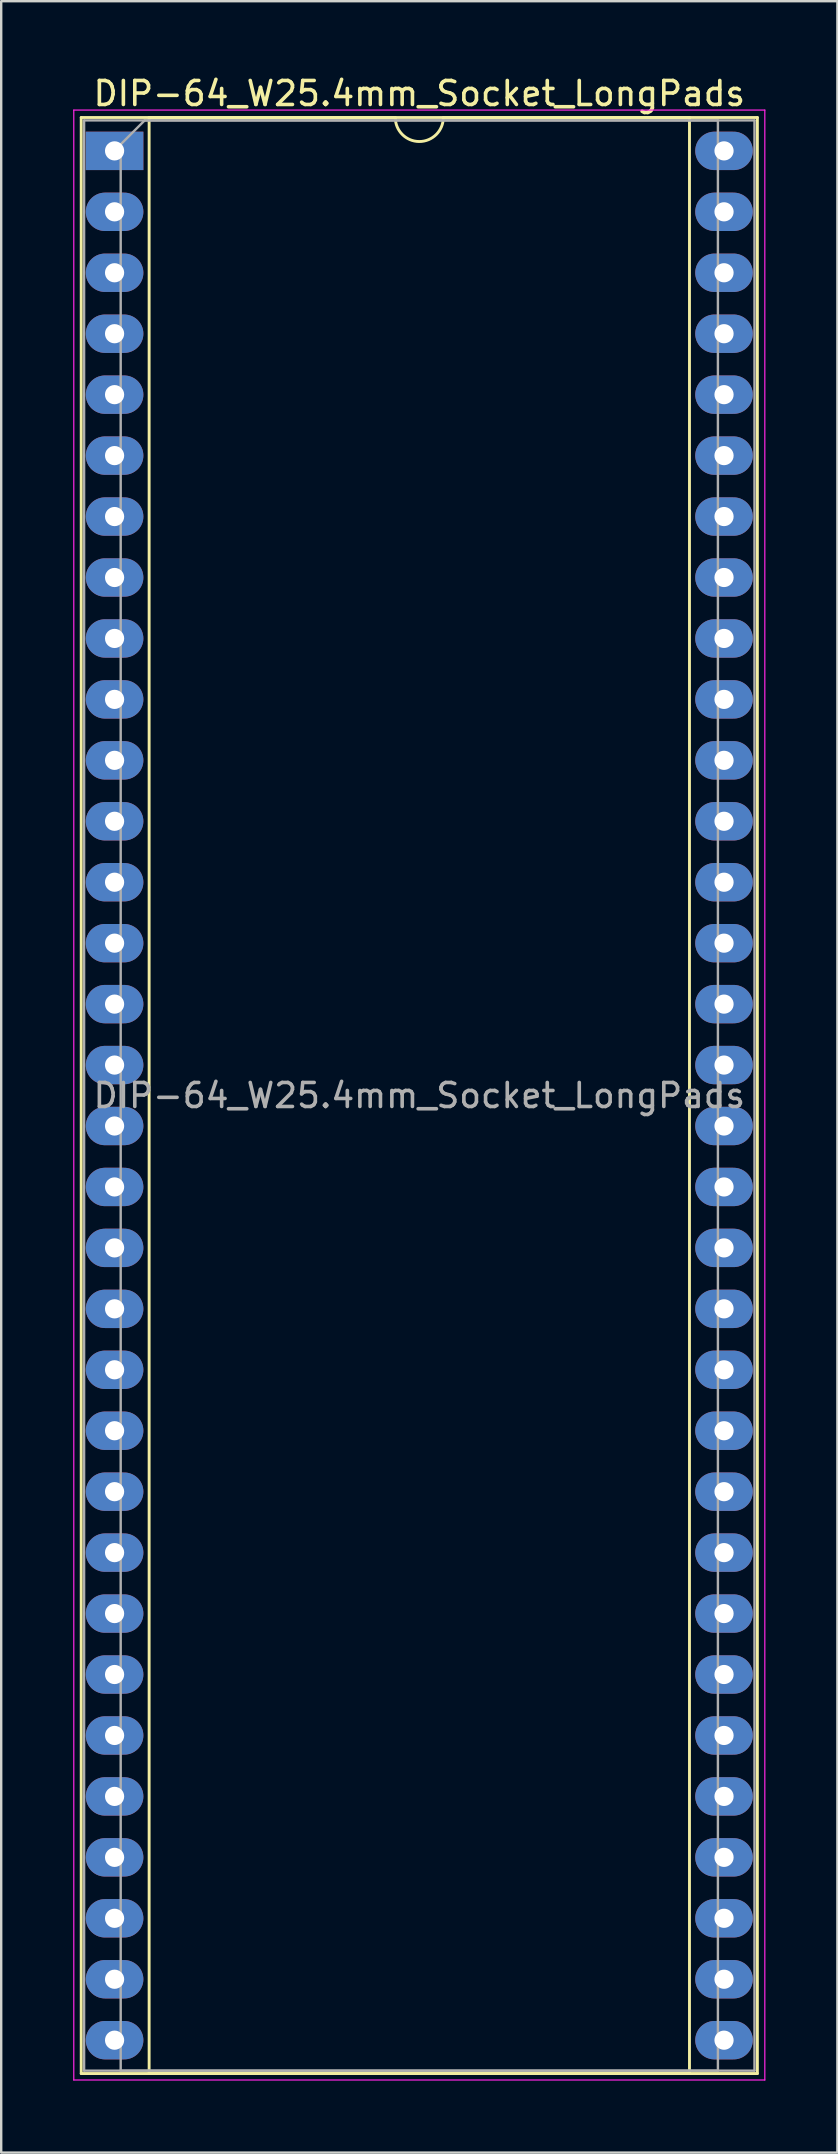
<source format=kicad_pcb>
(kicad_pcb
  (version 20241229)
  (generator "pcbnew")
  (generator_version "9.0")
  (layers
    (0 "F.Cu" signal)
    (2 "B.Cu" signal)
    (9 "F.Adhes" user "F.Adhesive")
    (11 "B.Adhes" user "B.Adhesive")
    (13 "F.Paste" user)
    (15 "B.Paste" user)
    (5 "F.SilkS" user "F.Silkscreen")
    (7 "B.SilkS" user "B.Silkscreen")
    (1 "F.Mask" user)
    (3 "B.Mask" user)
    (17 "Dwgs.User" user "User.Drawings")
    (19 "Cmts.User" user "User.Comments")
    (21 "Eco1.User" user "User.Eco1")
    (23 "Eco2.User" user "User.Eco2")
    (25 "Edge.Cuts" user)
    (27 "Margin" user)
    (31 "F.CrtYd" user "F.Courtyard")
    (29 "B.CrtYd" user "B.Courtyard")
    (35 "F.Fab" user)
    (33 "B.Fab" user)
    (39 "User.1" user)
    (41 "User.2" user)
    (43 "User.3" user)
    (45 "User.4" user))
  (footprint "DIP-64_W25.4mm_Socket_LongPads"
    (layer "F.Cu")
    (at 1.725 3.238)
    (property "Reference" "DIP-64_W25.4mm_Socket_LongPads" (at 12.7 -2.39 0) (layer "F.SilkS") (effects (font (size 1 1) (thickness 0.15))))
    (attr through_hole)
    (fp_line (start -1.39 -1.39) (end -1.39 80.13) (stroke (width 0.12) (type solid)) (layer "F.SilkS"))
    (fp_line (start -1.39 80.13) (end 26.79 80.13) (stroke (width 0.12) (type solid)) (layer "F.SilkS"))
    (fp_line (start 1.44 -1.39) (end 1.44 80.13) (stroke (width 0.12) (type solid)) (layer "F.SilkS"))
    (fp_line (start 1.44 80.13) (end 23.96 80.13) (stroke (width 0.12) (type solid)) (layer "F.SilkS"))
    (fp_line (start 11.7 -1.39) (end 1.44 -1.39) (stroke (width 0.12) (type solid)) (layer "F.SilkS"))
    (fp_line (start 23.96 -1.39) (end 13.7 -1.39) (stroke (width 0.12) (type solid)) (layer "F.SilkS"))
    (fp_line (start 23.96 80.13) (end 23.96 -1.39) (stroke (width 0.12) (type solid)) (layer "F.SilkS"))
    (fp_line (start 26.79 -1.39) (end -1.39 -1.39) (stroke (width 0.12) (type solid)) (layer "F.SilkS"))
    (fp_line (start 26.79 80.13) (end 26.79 -1.39) (stroke (width 0.12) (type solid)) (layer "F.SilkS"))
    (fp_arc (start 13.7 -1.39) (mid 12.7 -0.39) (end 11.7 -1.39) (stroke (width 0.12) (type solid)) (layer "F.SilkS"))
    (fp_line (start -1.7 -1.7) (end -1.7 80.4) (stroke (width 0.05) (type solid)) (layer "F.CrtYd"))
    (fp_line (start -1.7 80.4) (end 27.1 80.4) (stroke (width 0.05) (type solid)) (layer "F.CrtYd"))
    (fp_line (start 27.1 -1.7) (end -1.7 -1.7) (stroke (width 0.05) (type solid)) (layer "F.CrtYd"))
    (fp_line (start 27.1 80.4) (end 27.1 -1.7) (stroke (width 0.05) (type solid)) (layer "F.CrtYd"))
    (fp_line (start -1.27 -1.27) (end -1.27 80.01) (stroke (width 0.1) (type solid)) (layer "F.Fab"))
    (fp_line (start -1.27 80.01) (end 26.67 80.01) (stroke (width 0.1) (type solid)) (layer "F.Fab"))
    (fp_line (start 0.255 -0.27) (end 1.255 -1.27) (stroke (width 0.1) (type solid)) (layer "F.Fab"))
    (fp_line (start 0.255 80.01) (end 0.255 -0.27) (stroke (width 0.1) (type solid)) (layer "F.Fab"))
    (fp_line (start 1.255 -1.27) (end 25.145 -1.27) (stroke (width 0.1) (type solid)) (layer "F.Fab"))
    (fp_line (start 25.145 -1.27) (end 25.145 80.01) (stroke (width 0.1) (type solid)) (layer "F.Fab"))
    (fp_line (start 25.145 80.01) (end 0.255 80.01) (stroke (width 0.1) (type solid)) (layer "F.Fab"))
    (fp_line (start 26.67 -1.27) (end -1.27 -1.27) (stroke (width 0.1) (type solid)) (layer "F.Fab"))
    (fp_line (start 26.67 80.01) (end 26.67 -1.27) (stroke (width 0.1) (type solid)) (layer "F.Fab"))
    (fp_text user "${REFERENCE}" (at 12.7 39.37 0) (layer "F.Fab") (effects (font (size 1 1) (thickness 0.15))))
    (pad "1" thru_hole rect (at 0 0) (size 2.4 1.6) (drill 0.8) (layers "*.Cu" "*.Mask"))
    (pad "2" thru_hole oval (at 0 2.54) (size 2.4 1.6) (drill 0.8) (layers "*.Cu" "*.Mask"))
    (pad "3" thru_hole oval (at 0 5.08) (size 2.4 1.6) (drill 0.8) (layers "*.Cu" "*.Mask"))
    (pad "4" thru_hole oval (at 0 7.62) (size 2.4 1.6) (drill 0.8) (layers "*.Cu" "*.Mask"))
    (pad "5" thru_hole oval (at 0 10.16) (size 2.4 1.6) (drill 0.8) (layers "*.Cu" "*.Mask"))
    (pad "6" thru_hole oval (at 0 12.7) (size 2.4 1.6) (drill 0.8) (layers "*.Cu" "*.Mask"))
    (pad "7" thru_hole oval (at 0 15.24) (size 2.4 1.6) (drill 0.8) (layers "*.Cu" "*.Mask"))
    (pad "8" thru_hole oval (at 0 17.78) (size 2.4 1.6) (drill 0.8) (layers "*.Cu" "*.Mask"))
    (pad "9" thru_hole oval (at 0 20.32) (size 2.4 1.6) (drill 0.8) (layers "*.Cu" "*.Mask"))
    (pad "10" thru_hole oval (at 0 22.86) (size 2.4 1.6) (drill 0.8) (layers "*.Cu" "*.Mask"))
    (pad "11" thru_hole oval (at 0 25.4) (size 2.4 1.6) (drill 0.8) (layers "*.Cu" "*.Mask"))
    (pad "12" thru_hole oval (at 0 27.94) (size 2.4 1.6) (drill 0.8) (layers "*.Cu" "*.Mask"))
    (pad "13" thru_hole oval (at 0 30.48) (size 2.4 1.6) (drill 0.8) (layers "*.Cu" "*.Mask"))
    (pad "14" thru_hole oval (at 0 33.02) (size 2.4 1.6) (drill 0.8) (layers "*.Cu" "*.Mask"))
    (pad "15" thru_hole oval (at 0 35.56) (size 2.4 1.6) (drill 0.8) (layers "*.Cu" "*.Mask"))
    (pad "16" thru_hole oval (at 0 38.1) (size 2.4 1.6) (drill 0.8) (layers "*.Cu" "*.Mask"))
    (pad "17" thru_hole oval (at 0 40.64) (size 2.4 1.6) (drill 0.8) (layers "*.Cu" "*.Mask"))
    (pad "18" thru_hole oval (at 0 43.18) (size 2.4 1.6) (drill 0.8) (layers "*.Cu" "*.Mask"))
    (pad "19" thru_hole oval (at 0 45.72) (size 2.4 1.6) (drill 0.8) (layers "*.Cu" "*.Mask"))
    (pad "20" thru_hole oval (at 0 48.26) (size 2.4 1.6) (drill 0.8) (layers "*.Cu" "*.Mask"))
    (pad "21" thru_hole oval (at 0 50.8) (size 2.4 1.6) (drill 0.8) (layers "*.Cu" "*.Mask"))
    (pad "22" thru_hole oval (at 0 53.34) (size 2.4 1.6) (drill 0.8) (layers "*.Cu" "*.Mask"))
    (pad "23" thru_hole oval (at 0 55.88) (size 2.4 1.6) (drill 0.8) (layers "*.Cu" "*.Mask"))
    (pad "24" thru_hole oval (at 0 58.42) (size 2.4 1.6) (drill 0.8) (layers "*.Cu" "*.Mask"))
    (pad "25" thru_hole oval (at 0 60.96) (size 2.4 1.6) (drill 0.8) (layers "*.Cu" "*.Mask"))
    (pad "26" thru_hole oval (at 0 63.5) (size 2.4 1.6) (drill 0.8) (layers "*.Cu" "*.Mask"))
    (pad "27" thru_hole oval (at 0 66.04) (size 2.4 1.6) (drill 0.8) (layers "*.Cu" "*.Mask"))
    (pad "28" thru_hole oval (at 0 68.58) (size 2.4 1.6) (drill 0.8) (layers "*.Cu" "*.Mask"))
    (pad "29" thru_hole oval (at 0 71.12) (size 2.4 1.6) (drill 0.8) (layers "*.Cu" "*.Mask"))
    (pad "30" thru_hole oval (at 0 73.66) (size 2.4 1.6) (drill 0.8) (layers "*.Cu" "*.Mask"))
    (pad "31" thru_hole oval (at 0 76.2) (size 2.4 1.6) (drill 0.8) (layers "*.Cu" "*.Mask"))
    (pad "32" thru_hole oval (at 0 78.74) (size 2.4 1.6) (drill 0.8) (layers "*.Cu" "*.Mask"))
    (pad "33" thru_hole oval (at 25.4 78.74) (size 2.4 1.6) (drill 0.8) (layers "*.Cu" "*.Mask"))
    (pad "34" thru_hole oval (at 25.4 76.2) (size 2.4 1.6) (drill 0.8) (layers "*.Cu" "*.Mask"))
    (pad "35" thru_hole oval (at 25.4 73.66) (size 2.4 1.6) (drill 0.8) (layers "*.Cu" "*.Mask"))
    (pad "36" thru_hole oval (at 25.4 71.12) (size 2.4 1.6) (drill 0.8) (layers "*.Cu" "*.Mask"))
    (pad "37" thru_hole oval (at 25.4 68.58) (size 2.4 1.6) (drill 0.8) (layers "*.Cu" "*.Mask"))
    (pad "38" thru_hole oval (at 25.4 66.04) (size 2.4 1.6) (drill 0.8) (layers "*.Cu" "*.Mask"))
    (pad "39" thru_hole oval (at 25.4 63.5) (size 2.4 1.6) (drill 0.8) (layers "*.Cu" "*.Mask"))
    (pad "40" thru_hole oval (at 25.4 60.96) (size 2.4 1.6) (drill 0.8) (layers "*.Cu" "*.Mask"))
    (pad "41" thru_hole oval (at 25.4 58.42) (size 2.4 1.6) (drill 0.8) (layers "*.Cu" "*.Mask"))
    (pad "42" thru_hole oval (at 25.4 55.88) (size 2.4 1.6) (drill 0.8) (layers "*.Cu" "*.Mask"))
    (pad "43" thru_hole oval (at 25.4 53.34) (size 2.4 1.6) (drill 0.8) (layers "*.Cu" "*.Mask"))
    (pad "44" thru_hole oval (at 25.4 50.8) (size 2.4 1.6) (drill 0.8) (layers "*.Cu" "*.Mask"))
    (pad "45" thru_hole oval (at 25.4 48.26) (size 2.4 1.6) (drill 0.8) (layers "*.Cu" "*.Mask"))
    (pad "46" thru_hole oval (at 25.4 45.72) (size 2.4 1.6) (drill 0.8) (layers "*.Cu" "*.Mask"))
    (pad "47" thru_hole oval (at 25.4 43.18) (size 2.4 1.6) (drill 0.8) (layers "*.Cu" "*.Mask"))
    (pad "48" thru_hole oval (at 25.4 40.64) (size 2.4 1.6) (drill 0.8) (layers "*.Cu" "*.Mask"))
    (pad "49" thru_hole oval (at 25.4 38.1) (size 2.4 1.6) (drill 0.8) (layers "*.Cu" "*.Mask"))
    (pad "50" thru_hole oval (at 25.4 35.56) (size 2.4 1.6) (drill 0.8) (layers "*.Cu" "*.Mask"))
    (pad "51" thru_hole oval (at 25.4 33.02) (size 2.4 1.6) (drill 0.8) (layers "*.Cu" "*.Mask"))
    (pad "52" thru_hole oval (at 25.4 30.48) (size 2.4 1.6) (drill 0.8) (layers "*.Cu" "*.Mask"))
    (pad "53" thru_hole oval (at 25.4 27.94) (size 2.4 1.6) (drill 0.8) (layers "*.Cu" "*.Mask"))
    (pad "54" thru_hole oval (at 25.4 25.4) (size 2.4 1.6) (drill 0.8) (layers "*.Cu" "*.Mask"))
    (pad "55" thru_hole oval (at 25.4 22.86) (size 2.4 1.6) (drill 0.8) (layers "*.Cu" "*.Mask"))
    (pad "56" thru_hole oval (at 25.4 20.32) (size 2.4 1.6) (drill 0.8) (layers "*.Cu" "*.Mask"))
    (pad "57" thru_hole oval (at 25.4 17.78) (size 2.4 1.6) (drill 0.8) (layers "*.Cu" "*.Mask"))
    (pad "58" thru_hole oval (at 25.4 15.24) (size 2.4 1.6) (drill 0.8) (layers "*.Cu" "*.Mask"))
    (pad "59" thru_hole oval (at 25.4 12.7) (size 2.4 1.6) (drill 0.8) (layers "*.Cu" "*.Mask"))
    (pad "60" thru_hole oval (at 25.4 10.16) (size 2.4 1.6) (drill 0.8) (layers "*.Cu" "*.Mask"))
    (pad "61" thru_hole oval (at 25.4 7.62) (size 2.4 1.6) (drill 0.8) (layers "*.Cu" "*.Mask"))
    (pad "62" thru_hole oval (at 25.4 5.08) (size 2.4 1.6) (drill 0.8) (layers "*.Cu" "*.Mask"))
    (pad "63" thru_hole oval (at 25.4 2.54) (size 2.4 1.6) (drill 0.8) (layers "*.Cu" "*.Mask"))
    (pad "64" thru_hole oval (at 25.4 0) (size 2.4 1.6) (drill 0.8) (layers "*.Cu" "*.Mask")))
  (gr_rect
    (start -3 -3)
    (end 31.85 86.663)
    (stroke (width 0.1) (type default))
    (fill no)
    (layer "Edge.Cuts")))
</source>
